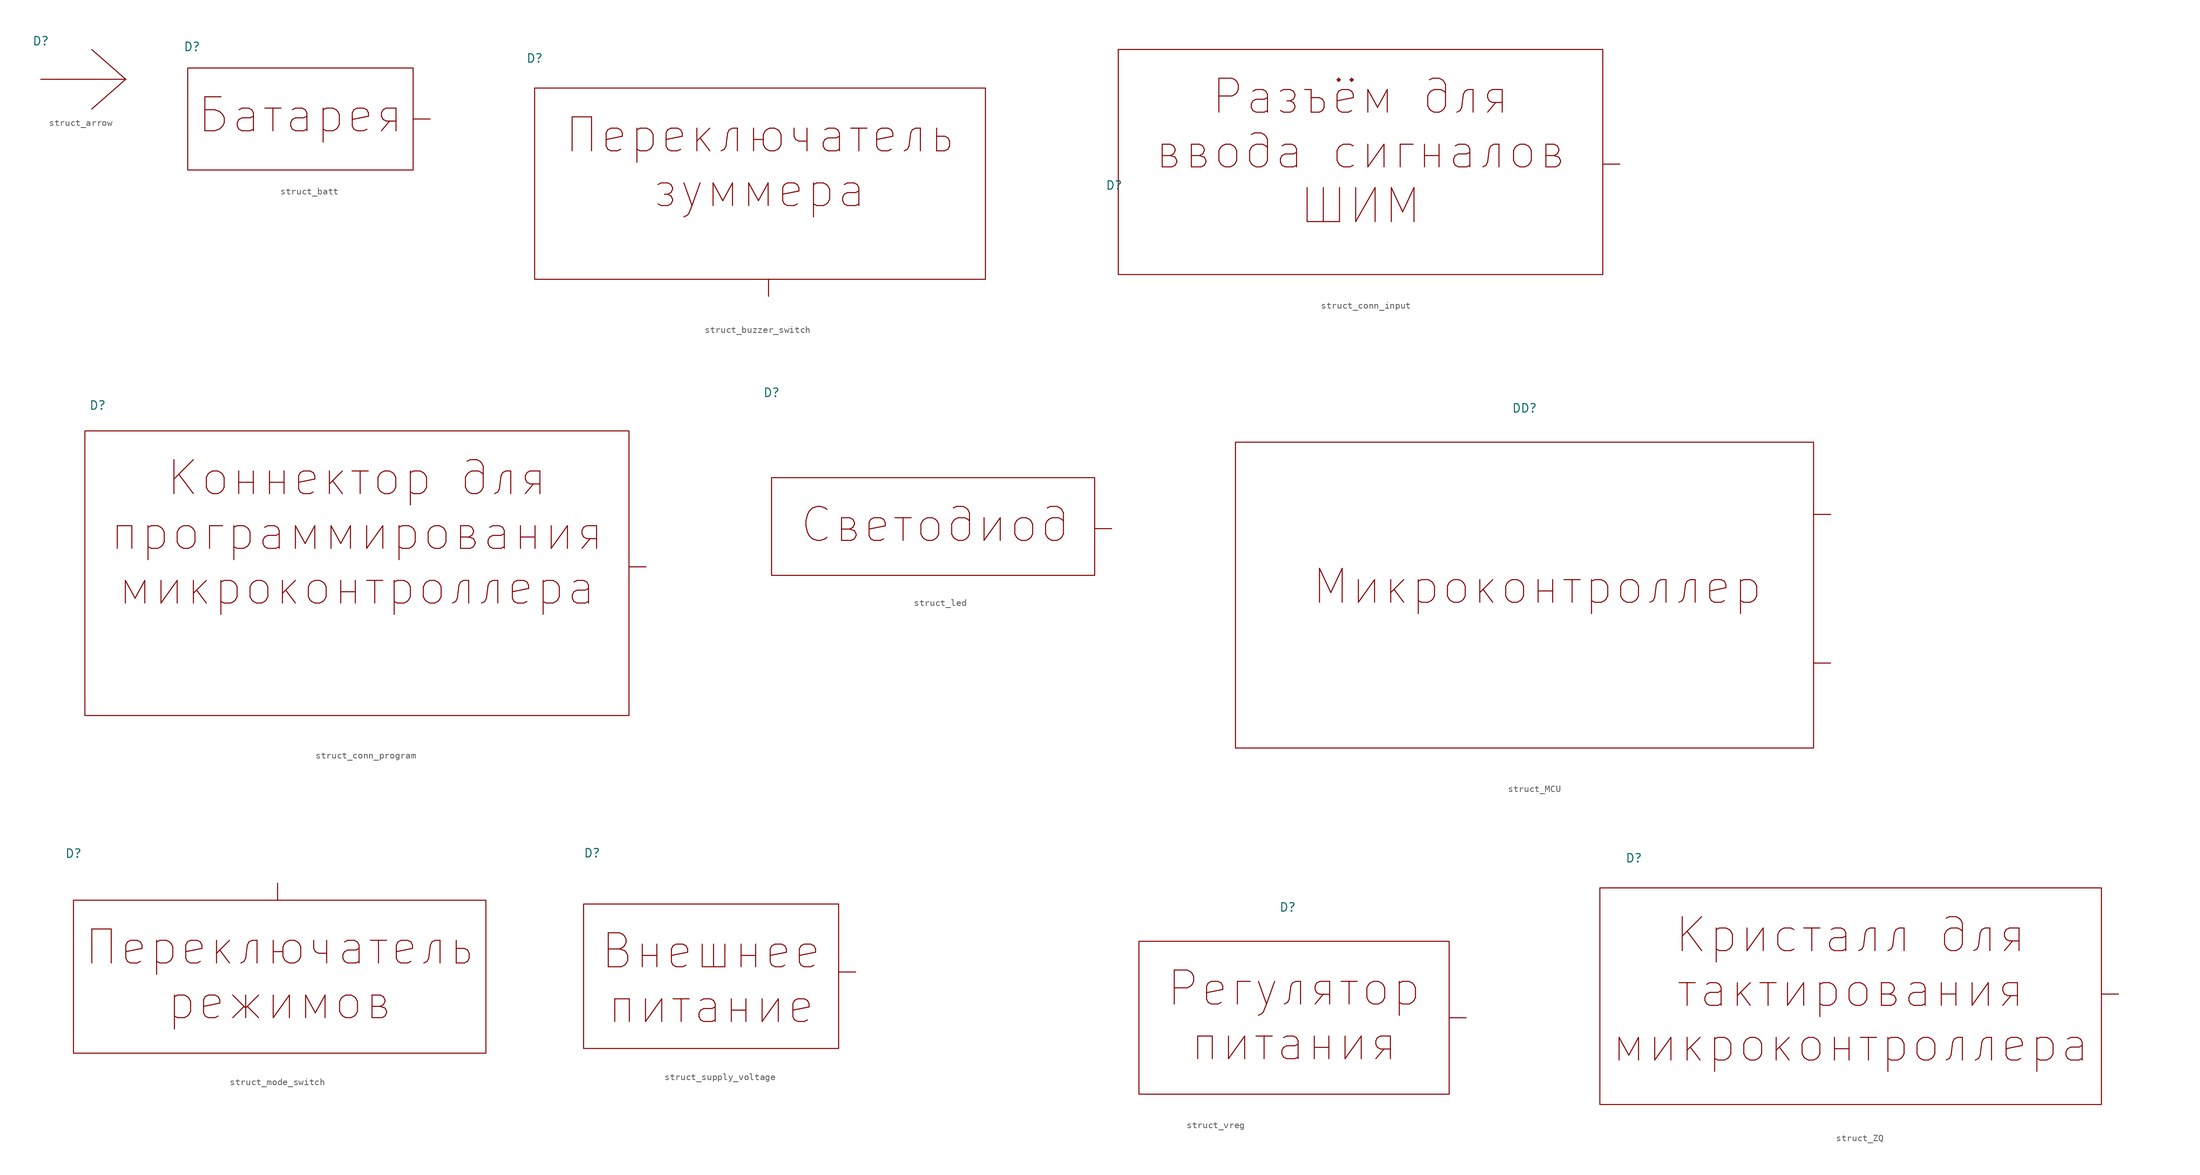
<source format=kicad_sym>
(kicad_symbol_lib
  (version 20241209)
  (generator "kicad_symbol_editor")
  (generator_version "9.0")
  (symbol "struct_arrow"
    (pin_numbers
      (hide yes))
    (pin_names
      (offset 0)
      (hide yes))
    (property "Reference" "D"
      (at 0 5.715 0)
      (effects (font (size 1.27 1.27))))
    (property "Value" ""
      (at 0 0 0)
      (effects (font (size 1.27 1.27))))
    (symbol "struct_arrow_0_1"
      (polyline (pts (xy 2.54 0) (xy 12.7 0)) (stroke (width 0) (type default)) (fill (type none)))
      (polyline (pts (xy 7.62 4.445) (xy 12.7 0)) (stroke (width 0) (type default)) (fill (type none)))
      (polyline (pts (xy 7.62 -4.445) (xy 12.7 0)) (stroke (width 0) (type default)) (fill (type none)))
      (polyline (pts (xy 12.7 0) (xy 12.7 0)) (stroke (width 0) (type default)) (fill (type none)))
      (polyline (pts (xy 12.7 0) (xy 12.7 0)) (stroke (width 0) (type default)) (fill (type none))))
    (symbol "struct_arrow_1_1"
      (pin unspecified line (at 0 0 0) (length 2.54) (name "" (effects (font (size 1.27 1.27)))) (number "" (effects (font (size 1.27 1.27)))))))
  (symbol "struct_batt"
    (property "Reference" "D"
      (at 0.635 18.415 0)
      (effects (font (size 1.27 1.27))))
    (property "Value" ""
      (at 0 0 0)
      (effects (font (size 1.27 1.27))))
    (symbol "struct_batt_1_1"
      (text_box "Батарея" (at 0 15.24 0) (size 33.655 -15.24) (margins 4.064 4.064 4.064 4.064) (stroke (width 0) (type default)) (fill (type none)) (effects (font (size 5.08 5.08)) (justify top)))
      (pin unspecified line (at 36.195 7.62 180) (length 2.54) (name "" (effects (font (size 1.27 1.27)))) (number "" (effects (font (size 1.27 1.27)))))))
  (symbol "struct_buzzer_switch"
    (pin_numbers
      (hide yes))
    (pin_names
      (offset 0)
      (hide yes))
    (property "Reference" "D"
      (at 0 33.02 0)
      (effects (font (size 1.27 1.27))))
    (property "Value" ""
      (at 0 0 0)
      (effects (font (size 1.27 1.27))))
    (symbol "struct_buzzer_switch_1_1"
      (text_box "Переключатель зуммера" (at 0 28.575 0) (size 67.31 -28.575) (margins 4.064 4.064 4.064 4.064) (stroke (width 0) (type default)) (fill (type none)) (effects (font (size 5.08 5.08)) (justify top)))
      (pin unspecified line (at 34.925 -2.54 90) (length 2.54) (name "" (effects (font (size 1.27 1.27)))) (number "" (effects (font (size 1.27 1.27)))))))
  (symbol "struct_conn_input"
    (pin_numbers
      (hide yes))
    (pin_names
      (offset 0)
      (hide yes))
    (property "Reference" "D"
      (at -0.635 13.335 0)
      (effects (font (size 1.27 1.27))))
    (property "Value" ""
      (at 0 0 0)
      (effects (font (size 1.27 1.27))))
    (symbol "struct_conn_input_1_1"
      (text_box "Разъём для ввода сигналов ШИМ" (at 0 33.655 0) (size 72.39 -33.655) (margins 4.064 4.064 4.064 4.064) (stroke (width 0) (type default)) (fill (type none)) (effects (font (size 5.08 5.08)) (justify top)))
      (pin unspecified line (at 74.93 16.51 180) (length 2.54) (name "out" (effects (font (size 1.27 1.27)))) (number "0" (effects (font (size 1.27 1.27)))))))
  (symbol "struct_conn_program"
    (pin_numbers
      (hide yes))
    (pin_names
      (offset 0)
      (hide yes))
    (property "Reference" "D"
      (at 1.905 46.355 0)
      (effects (font (size 1.27 1.27))))
    (property "Value" ""
      (at 0 0 0)
      (effects (font (size 1.27 1.27))))
    (symbol "struct_conn_program_1_1"
      (text_box "Коннектор для программирования микроконтроллера" (at 0 42.545 0) (size 81.28 -42.545) (margins 4.064 4.064 4.064 4.064) (stroke (width 0) (type default)) (fill (type none)) (effects (font (size 5.08 5.08)) (justify top)))
      (pin unspecified line (at 83.82 22.225 180) (length 2.54) (name "" (effects (font (size 1.27 1.27)))) (number "" (effects (font (size 1.27 1.27)))))))
  (symbol "struct_led"
    (pin_numbers
      (hide yes))
    (pin_names
      (offset 0)
      (hide yes))
    (property "Reference" "D"
      (at 0 27.305 0)
      (effects (font (size 1.27 1.27))))
    (property "Value" ""
      (at 0 0 0)
      (effects (font (size 1.27 1.27))))
    (symbol "struct_led_1_1"
      (text_box "Светодиод" (at 0 14.605 0) (size 48.26 -14.605) (margins 4.064 4.064 4.064 4.064) (stroke (width 0) (type default)) (fill (type none)) (effects (font (size 5.08 5.08)) (justify left top)))
      (pin unspecified line (at 50.8 6.985 180) (length 2.54) (name "" (effects (font (size 1.27 1.27)))) (number "" (effects (font (size 1.27 1.27)))))))
  (symbol "struct_MCU"
    (property "Reference" "DD"
      (at 43.18 50.8 0)
      (effects (font (size 1.27 1.27))))
    (property "Value" ""
      (at 25.4 22.86 0)
      (effects (font (size 1.27 1.27))))
    (symbol "struct_MCU_1_1"
      (rectangle (start 0 45.72) (end 86.36 0) (stroke (width 0) (type default)) (fill (type none)))
      (text "Микроконтроллер" (at 45.085 24.13 0) (effects (font (size 5.08 5.08))))
      (pin unspecified line (at 88.9 34.925 180) (length 2.54) (name "" (effects (font (size 1.27 1.27)))) (number "" (effects (font (size 1.27 1.27)))))
      (pin unspecified line (at 88.9 12.7 180) (length 2.54) (name "" (effects (font (size 1.27 1.27)))) (number "" (effects (font (size 1.27 1.27)))))))
  (symbol "struct_mode_switch"
    (pin_numbers
      (hide yes))
    (pin_names
      (offset 0)
      (hide yes))
    (property "Reference" "D"
      (at 0 29.845 0)
      (effects (font (size 1.27 1.27))))
    (property "Value" ""
      (at 0 0 0)
      (effects (font (size 1.27 1.27))))
    (symbol "struct_mode_switch_1_1"
      (text_box "Переключатель режимов" (at 0 22.86 0) (size 61.595 -22.86) (margins 4.064 4.064 4.064 4.064) (stroke (width 0) (type default)) (fill (type none)) (effects (font (size 5.08 5.08)) (justify top)))
      (pin unspecified line (at 30.48 25.4 270) (length 2.54) (name "" (effects (font (size 1.27 1.27)))) (number "" (effects (font (size 1.27 1.27)))))))
  (symbol "struct_supply_voltage"
    (pin_numbers
      (hide yes))
    (pin_names
      (offset 0)
      (hide yes))
    (property "Reference" "D"
      (at 1.27 29.21 0)
      (effects (font (size 1.27 1.27))))
    (property "Value" ""
      (at 0 0 0)
      (effects (font (size 1.27 1.27))))
    (symbol "struct_supply_voltage_1_1"
      (text_box "Внешнее питание" (at 0 21.59 0) (size 38.1 -21.59) (margins 4.064 4.064 4.064 4.064) (stroke (width 0) (type default)) (fill (type none)) (effects (font (size 5.08 5.08)) (justify top)))
      (pin unspecified line (at 40.64 11.43 180) (length 2.54) (name "" (effects (font (size 1.27 1.27)))) (number "" (effects (font (size 1.27 1.27)))))))
  (symbol "struct_vreg"
    (pin_numbers
      (hide yes))
    (pin_names
      (offset 0)
      (hide yes))
    (property "Reference" "D"
      (at 22.225 27.94 0)
      (effects (font (size 1.27 1.27))))
    (property "Value" ""
      (at -26.035 36.195 0)
      (effects (font (size 1.27 1.27))))
    (symbol "struct_vreg_1_1"
      (text_box "Регулятор питания" (at 0 22.86 0) (size 46.355 -22.86) (margins 4.064 4.064 4.064 4.064) (stroke (width 0) (type default)) (fill (type none)) (effects (font (size 5.08 5.08)) (justify top)))
      (pin unspecified line (at 48.895 11.43 180) (length 2.54) (name "" (effects (font (size 1.27 1.27)))) (number "" (effects (font (size 1.27 1.27)))))))
  (symbol "struct_ZQ"
    (pin_numbers
      (hide yes))
    (pin_names
      (offset 0)
      (hide yes))
    (property "Reference" "D"
      (at 5.08 36.83 0)
      (effects (font (size 1.27 1.27))))
    (property "Value" ""
      (at 0 0 0)
      (effects (font (size 1.27 1.27))))
    (symbol "struct_ZQ_1_1"
      (text_box "Кристалл для тактирования микроконтроллера" (at 0 32.385 0) (size 74.93 -32.385) (margins 4.064 4.064 4.064 4.064) (stroke (width 0) (type default)) (fill (type none)) (effects (font (size 5.08 5.08)) (justify top)))
      (pin unspecified line (at 77.47 16.51 180) (length 2.54) (name "" (effects (font (size 1.27 1.27)))) (number "" (effects (font (size 1.27 1.27))))))))
</source>
